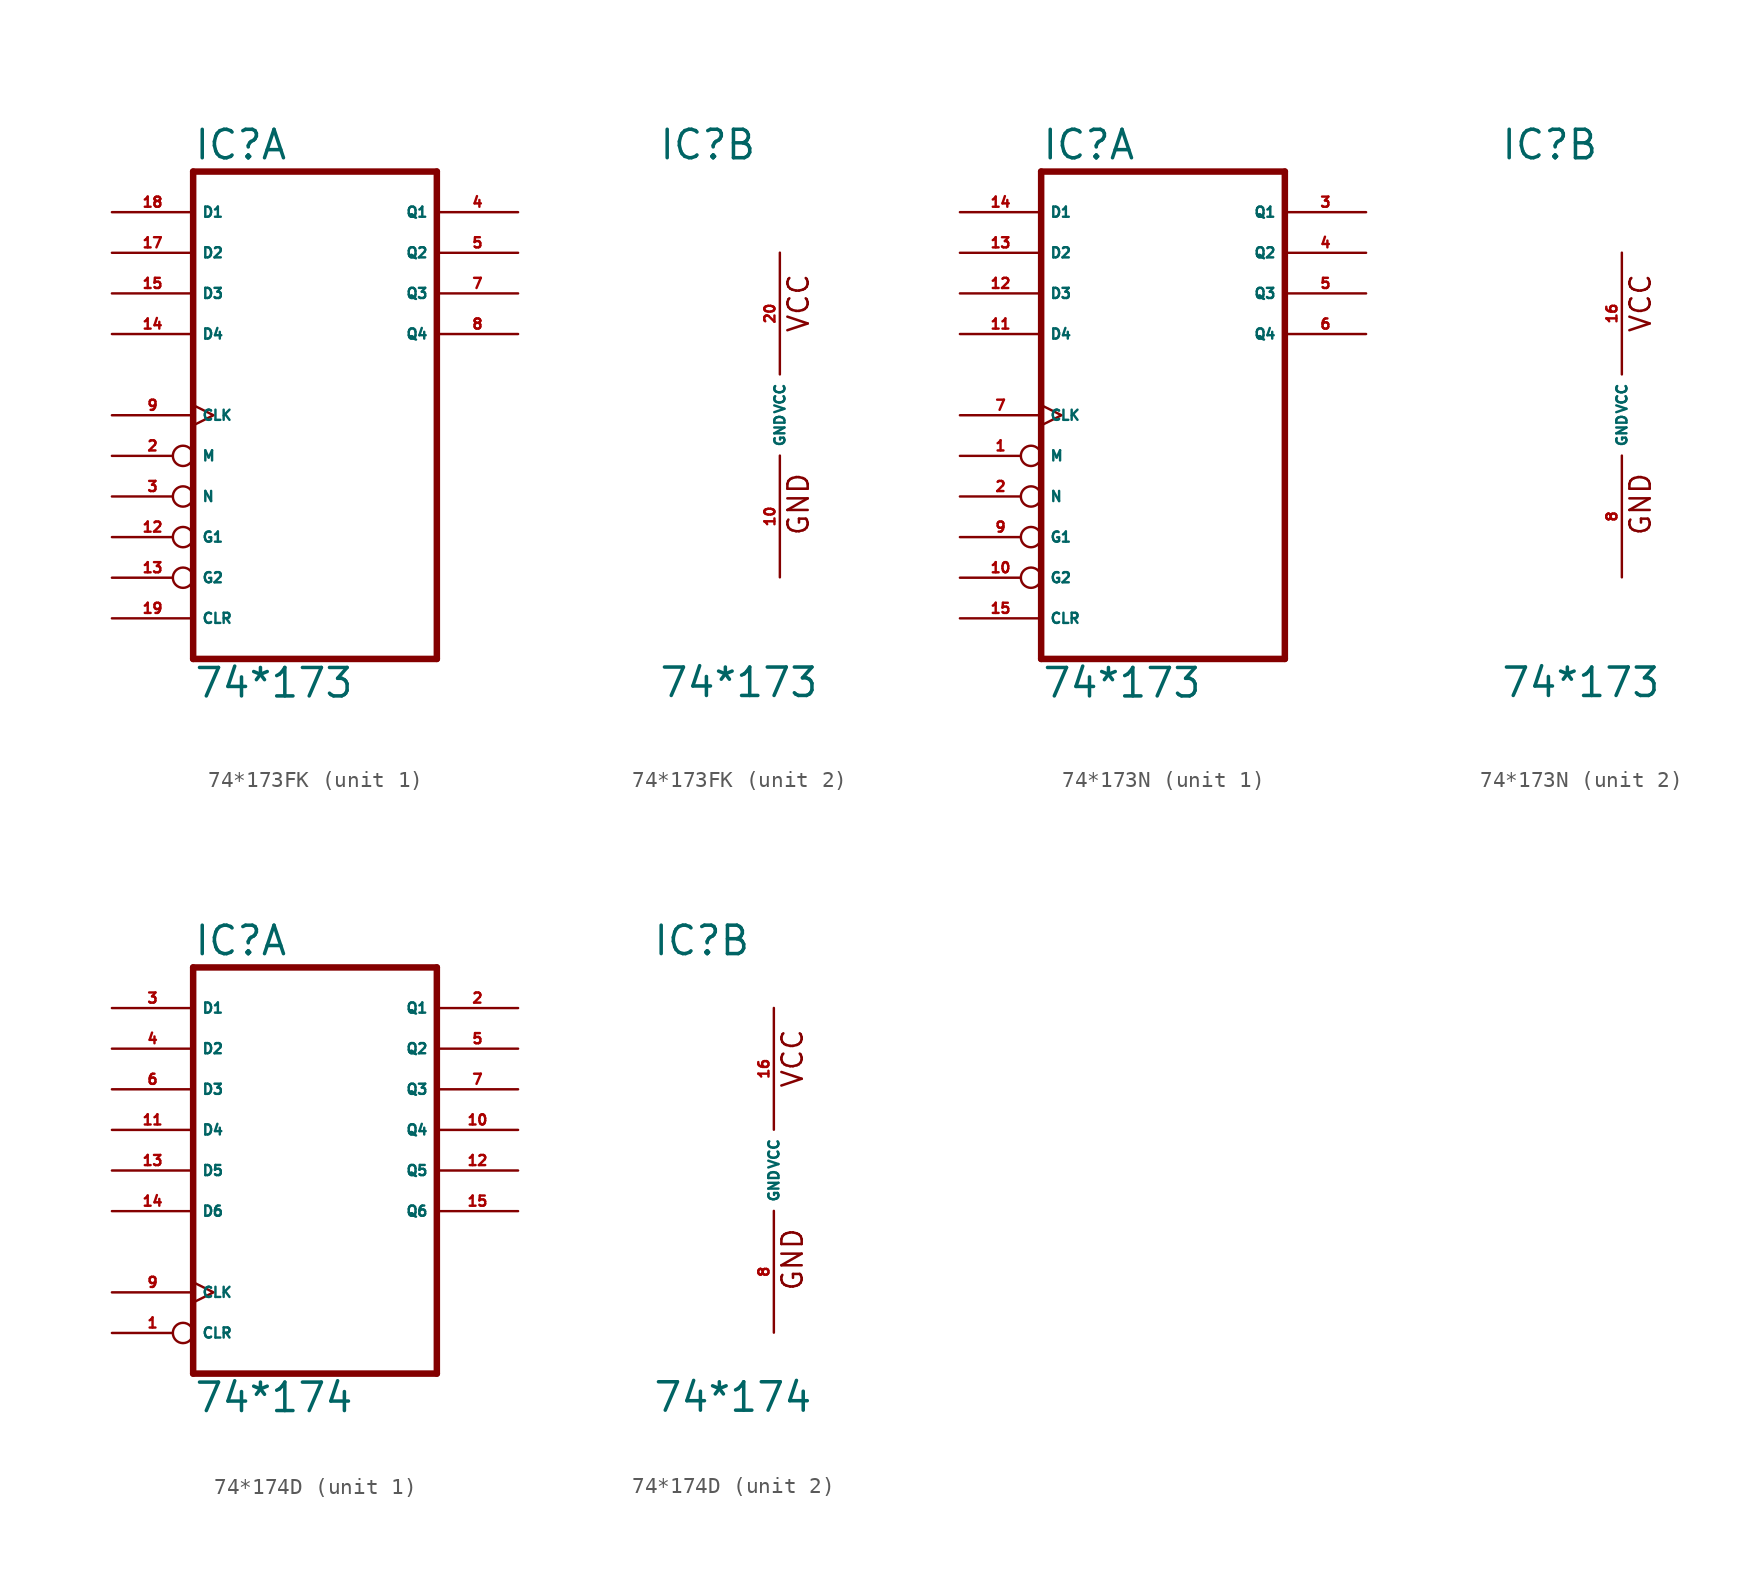
<source format=kicad_sym>
(kicad_symbol_lib
  (version 20220914)
  (generator Eagle2Kicad)
  (symbol "74*173FK"
    (property "Reference" "IC"
      (at -7.62 15.875 0)
      (effects (font (size 1.778 1.778) (thickness 0.22)) (justify left bottom)))
    (property "Value" "74*173"
      (at -7.62 -17.78 0)
      (effects (font (size 1.778 1.778) (thickness 0.22)) (justify left bottom)))
    (symbol "74*173FK_1_0"
      (polyline (pts (xy -7.62 -15.24) (xy 7.62 -15.24)) (stroke (width 0.406) (type default)) (fill (type none)))
      (polyline (pts (xy 7.62 -15.24) (xy 7.62 15.24)) (stroke (width 0.406) (type default)) (fill (type none)))
      (polyline (pts (xy 7.62 15.24) (xy -7.62 15.24)) (stroke (width 0.406) (type default)) (fill (type none)))
      (polyline (pts (xy -7.62 15.24) (xy -7.62 -15.24)) (stroke (width 0.406) (type default)) (fill (type none)))
      (pin input inverted (at -12.7 -2.54 0) (length 5.08) (name "M" (effects (font (size 0.635 0.635) (thickness 0.08)) (justify left bottom))) (number "2" (effects (font (size 0.635 0.635) (thickness 0.08)) (justify left bottom))))
      (pin input inverted (at -12.7 -5.08 0) (length 5.08) (name "N" (effects (font (size 0.635 0.635) (thickness 0.08)) (justify left bottom))) (number "3" (effects (font (size 0.635 0.635) (thickness 0.08)) (justify left bottom))))
      (pin tri_state line (at 12.7 12.7 180) (length 5.08) (name "Q1" (effects (font (size 0.635 0.635) (thickness 0.08)) (justify left bottom))) (number "4" (effects (font (size 0.635 0.635) (thickness 0.08)) (justify left bottom))))
      (pin tri_state line (at 12.7 10.16 180) (length 5.08) (name "Q2" (effects (font (size 0.635 0.635) (thickness 0.08)) (justify left bottom))) (number "5" (effects (font (size 0.635 0.635) (thickness 0.08)) (justify left bottom))))
      (pin tri_state line (at 12.7 7.62 180) (length 5.08) (name "Q3" (effects (font (size 0.635 0.635) (thickness 0.08)) (justify left bottom))) (number "7" (effects (font (size 0.635 0.635) (thickness 0.08)) (justify left bottom))))
      (pin tri_state line (at 12.7 5.08 180) (length 5.08) (name "Q4" (effects (font (size 0.635 0.635) (thickness 0.08)) (justify left bottom))) (number "8" (effects (font (size 0.635 0.635) (thickness 0.08)) (justify left bottom))))
      (pin input clock (at -12.7 0 0) (length 5.08) (name "CLK" (effects (font (size 0.635 0.635) (thickness 0.08)) (justify left bottom))) (number "9" (effects (font (size 0.635 0.635) (thickness 0.08)) (justify left bottom))))
      (pin input inverted (at -12.7 -7.62 0) (length 5.08) (name "G1" (effects (font (size 0.635 0.635) (thickness 0.08)) (justify left bottom))) (number "12" (effects (font (size 0.635 0.635) (thickness 0.08)) (justify left bottom))))
      (pin input inverted (at -12.7 -10.16 0) (length 5.08) (name "G2" (effects (font (size 0.635 0.635) (thickness 0.08)) (justify left bottom))) (number "13" (effects (font (size 0.635 0.635) (thickness 0.08)) (justify left bottom))))
      (pin input line (at -12.7 5.08 0) (length 5.08) (name "D4" (effects (font (size 0.635 0.635) (thickness 0.08)) (justify left bottom))) (number "14" (effects (font (size 0.635 0.635) (thickness 0.08)) (justify left bottom))))
      (pin input line (at -12.7 7.62 0) (length 5.08) (name "D3" (effects (font (size 0.635 0.635) (thickness 0.08)) (justify left bottom))) (number "15" (effects (font (size 0.635 0.635) (thickness 0.08)) (justify left bottom))))
      (pin input line (at -12.7 10.16 0) (length 5.08) (name "D2" (effects (font (size 0.635 0.635) (thickness 0.08)) (justify left bottom))) (number "17" (effects (font (size 0.635 0.635) (thickness 0.08)) (justify left bottom))))
      (pin input line (at -12.7 12.7 0) (length 5.08) (name "D1" (effects (font (size 0.635 0.635) (thickness 0.08)) (justify left bottom))) (number "18" (effects (font (size 0.635 0.635) (thickness 0.08)) (justify left bottom))))
      (pin input line (at -12.7 -12.7 0) (length 5.08) (name "CLR" (effects (font (size 0.635 0.635) (thickness 0.08)) (justify left bottom))) (number "19" (effects (font (size 0.635 0.635) (thickness 0.08)) (justify left bottom)))))
    (symbol "74*173FK_2_0"
      (text "GND" (at 1.905 -7.62 900) (effects (font (size 1.27 1.27) (thickness 0.16)) (justify left bottom)))
      (text "VCC" (at 1.905 5.08 900) (effects (font (size 1.27 1.27) (thickness 0.16)) (justify left bottom)))
      (pin unspecified line (at 0 -10.16 90) (length 7.62) (name "GND" (effects (font (size 0.635 0.635) (thickness 0.08)) (justify left bottom))) (number "10" (effects (font (size 0.635 0.635) (thickness 0.08)) (justify left bottom))))
      (pin unspecified line (at 0 10.16 270) (length 7.62) (name "VCC" (effects (font (size 0.635 0.635) (thickness 0.08)) (justify left bottom))) (number "20" (effects (font (size 0.635 0.635) (thickness 0.08)) (justify left bottom))))))
  (symbol "74*173N"
    (property "Reference" "IC"
      (at -7.62 15.875 0)
      (effects (font (size 1.778 1.778) (thickness 0.22)) (justify left bottom)))
    (property "Value" "74*173"
      (at -7.62 -17.78 0)
      (effects (font (size 1.778 1.778) (thickness 0.22)) (justify left bottom)))
    (symbol "74*173N_1_0"
      (polyline (pts (xy -7.62 -15.24) (xy 7.62 -15.24)) (stroke (width 0.406) (type default)) (fill (type none)))
      (polyline (pts (xy 7.62 -15.24) (xy 7.62 15.24)) (stroke (width 0.406) (type default)) (fill (type none)))
      (polyline (pts (xy 7.62 15.24) (xy -7.62 15.24)) (stroke (width 0.406) (type default)) (fill (type none)))
      (polyline (pts (xy -7.62 15.24) (xy -7.62 -15.24)) (stroke (width 0.406) (type default)) (fill (type none)))
      (pin input inverted (at -12.7 -2.54 0) (length 5.08) (name "M" (effects (font (size 0.635 0.635) (thickness 0.08)) (justify left bottom))) (number "1" (effects (font (size 0.635 0.635) (thickness 0.08)) (justify left bottom))))
      (pin input inverted (at -12.7 -5.08 0) (length 5.08) (name "N" (effects (font (size 0.635 0.635) (thickness 0.08)) (justify left bottom))) (number "2" (effects (font (size 0.635 0.635) (thickness 0.08)) (justify left bottom))))
      (pin tri_state line (at 12.7 12.7 180) (length 5.08) (name "Q1" (effects (font (size 0.635 0.635) (thickness 0.08)) (justify left bottom))) (number "3" (effects (font (size 0.635 0.635) (thickness 0.08)) (justify left bottom))))
      (pin tri_state line (at 12.7 10.16 180) (length 5.08) (name "Q2" (effects (font (size 0.635 0.635) (thickness 0.08)) (justify left bottom))) (number "4" (effects (font (size 0.635 0.635) (thickness 0.08)) (justify left bottom))))
      (pin tri_state line (at 12.7 7.62 180) (length 5.08) (name "Q3" (effects (font (size 0.635 0.635) (thickness 0.08)) (justify left bottom))) (number "5" (effects (font (size 0.635 0.635) (thickness 0.08)) (justify left bottom))))
      (pin tri_state line (at 12.7 5.08 180) (length 5.08) (name "Q4" (effects (font (size 0.635 0.635) (thickness 0.08)) (justify left bottom))) (number "6" (effects (font (size 0.635 0.635) (thickness 0.08)) (justify left bottom))))
      (pin input clock (at -12.7 0 0) (length 5.08) (name "CLK" (effects (font (size 0.635 0.635) (thickness 0.08)) (justify left bottom))) (number "7" (effects (font (size 0.635 0.635) (thickness 0.08)) (justify left bottom))))
      (pin input inverted (at -12.7 -7.62 0) (length 5.08) (name "G1" (effects (font (size 0.635 0.635) (thickness 0.08)) (justify left bottom))) (number "9" (effects (font (size 0.635 0.635) (thickness 0.08)) (justify left bottom))))
      (pin input inverted (at -12.7 -10.16 0) (length 5.08) (name "G2" (effects (font (size 0.635 0.635) (thickness 0.08)) (justify left bottom))) (number "10" (effects (font (size 0.635 0.635) (thickness 0.08)) (justify left bottom))))
      (pin input line (at -12.7 5.08 0) (length 5.08) (name "D4" (effects (font (size 0.635 0.635) (thickness 0.08)) (justify left bottom))) (number "11" (effects (font (size 0.635 0.635) (thickness 0.08)) (justify left bottom))))
      (pin input line (at -12.7 7.62 0) (length 5.08) (name "D3" (effects (font (size 0.635 0.635) (thickness 0.08)) (justify left bottom))) (number "12" (effects (font (size 0.635 0.635) (thickness 0.08)) (justify left bottom))))
      (pin input line (at -12.7 10.16 0) (length 5.08) (name "D2" (effects (font (size 0.635 0.635) (thickness 0.08)) (justify left bottom))) (number "13" (effects (font (size 0.635 0.635) (thickness 0.08)) (justify left bottom))))
      (pin input line (at -12.7 12.7 0) (length 5.08) (name "D1" (effects (font (size 0.635 0.635) (thickness 0.08)) (justify left bottom))) (number "14" (effects (font (size 0.635 0.635) (thickness 0.08)) (justify left bottom))))
      (pin input line (at -12.7 -12.7 0) (length 5.08) (name "CLR" (effects (font (size 0.635 0.635) (thickness 0.08)) (justify left bottom))) (number "15" (effects (font (size 0.635 0.635) (thickness 0.08)) (justify left bottom)))))
    (symbol "74*173N_2_0"
      (text "GND" (at 1.905 -7.62 900) (effects (font (size 1.27 1.27) (thickness 0.16)) (justify left bottom)))
      (text "VCC" (at 1.905 5.08 900) (effects (font (size 1.27 1.27) (thickness 0.16)) (justify left bottom)))
      (pin unspecified line (at 0 -10.16 90) (length 7.62) (name "GND" (effects (font (size 0.635 0.635) (thickness 0.08)) (justify left bottom))) (number "8" (effects (font (size 0.635 0.635) (thickness 0.08)) (justify left bottom))))
      (pin unspecified line (at 0 10.16 270) (length 7.62) (name "VCC" (effects (font (size 0.635 0.635) (thickness 0.08)) (justify left bottom))) (number "16" (effects (font (size 0.635 0.635) (thickness 0.08)) (justify left bottom))))))
  (symbol "74*174D"
    (property "Reference" "IC"
      (at -7.62 13.335 0)
      (effects (font (size 1.778 1.778) (thickness 0.22)) (justify left bottom)))
    (property "Value" "74*174"
      (at -7.62 -15.24 0)
      (effects (font (size 1.778 1.778) (thickness 0.22)) (justify left bottom)))
    (symbol "74*174D_1_0"
      (polyline (pts (xy -7.62 -12.7) (xy 7.62 -12.7)) (stroke (width 0.406) (type default)) (fill (type none)))
      (polyline (pts (xy 7.62 -12.7) (xy 7.62 12.7)) (stroke (width 0.406) (type default)) (fill (type none)))
      (polyline (pts (xy 7.62 12.7) (xy -7.62 12.7)) (stroke (width 0.406) (type default)) (fill (type none)))
      (polyline (pts (xy -7.62 12.7) (xy -7.62 -12.7)) (stroke (width 0.406) (type default)) (fill (type none)))
      (pin input inverted (at -12.7 -10.16 0) (length 5.08) (name "CLR" (effects (font (size 0.635 0.635) (thickness 0.08)) (justify left bottom))) (number "1" (effects (font (size 0.635 0.635) (thickness 0.08)) (justify left bottom))))
      (pin output line (at 12.7 10.16 180) (length 5.08) (name "Q1" (effects (font (size 0.635 0.635) (thickness 0.08)) (justify left bottom))) (number "2" (effects (font (size 0.635 0.635) (thickness 0.08)) (justify left bottom))))
      (pin input line (at -12.7 10.16 0) (length 5.08) (name "D1" (effects (font (size 0.635 0.635) (thickness 0.08)) (justify left bottom))) (number "3" (effects (font (size 0.635 0.635) (thickness 0.08)) (justify left bottom))))
      (pin input line (at -12.7 7.62 0) (length 5.08) (name "D2" (effects (font (size 0.635 0.635) (thickness 0.08)) (justify left bottom))) (number "4" (effects (font (size 0.635 0.635) (thickness 0.08)) (justify left bottom))))
      (pin output line (at 12.7 7.62 180) (length 5.08) (name "Q2" (effects (font (size 0.635 0.635) (thickness 0.08)) (justify left bottom))) (number "5" (effects (font (size 0.635 0.635) (thickness 0.08)) (justify left bottom))))
      (pin input line (at -12.7 5.08 0) (length 5.08) (name "D3" (effects (font (size 0.635 0.635) (thickness 0.08)) (justify left bottom))) (number "6" (effects (font (size 0.635 0.635) (thickness 0.08)) (justify left bottom))))
      (pin output line (at 12.7 5.08 180) (length 5.08) (name "Q3" (effects (font (size 0.635 0.635) (thickness 0.08)) (justify left bottom))) (number "7" (effects (font (size 0.635 0.635) (thickness 0.08)) (justify left bottom))))
      (pin input clock (at -12.7 -7.62 0) (length 5.08) (name "CLK" (effects (font (size 0.635 0.635) (thickness 0.08)) (justify left bottom))) (number "9" (effects (font (size 0.635 0.635) (thickness 0.08)) (justify left bottom))))
      (pin output line (at 12.7 2.54 180) (length 5.08) (name "Q4" (effects (font (size 0.635 0.635) (thickness 0.08)) (justify left bottom))) (number "10" (effects (font (size 0.635 0.635) (thickness 0.08)) (justify left bottom))))
      (pin input line (at -12.7 2.54 0) (length 5.08) (name "D4" (effects (font (size 0.635 0.635) (thickness 0.08)) (justify left bottom))) (number "11" (effects (font (size 0.635 0.635) (thickness 0.08)) (justify left bottom))))
      (pin output line (at 12.7 0 180) (length 5.08) (name "Q5" (effects (font (size 0.635 0.635) (thickness 0.08)) (justify left bottom))) (number "12" (effects (font (size 0.635 0.635) (thickness 0.08)) (justify left bottom))))
      (pin input line (at -12.7 0 0) (length 5.08) (name "D5" (effects (font (size 0.635 0.635) (thickness 0.08)) (justify left bottom))) (number "13" (effects (font (size 0.635 0.635) (thickness 0.08)) (justify left bottom))))
      (pin input line (at -12.7 -2.54 0) (length 5.08) (name "D6" (effects (font (size 0.635 0.635) (thickness 0.08)) (justify left bottom))) (number "14" (effects (font (size 0.635 0.635) (thickness 0.08)) (justify left bottom))))
      (pin output line (at 12.7 -2.54 180) (length 5.08) (name "Q6" (effects (font (size 0.635 0.635) (thickness 0.08)) (justify left bottom))) (number "15" (effects (font (size 0.635 0.635) (thickness 0.08)) (justify left bottom)))))
    (symbol "74*174D_2_0"
      (text "GND" (at 1.905 -7.62 900) (effects (font (size 1.27 1.27) (thickness 0.16)) (justify left bottom)))
      (text "VCC" (at 1.905 5.08 900) (effects (font (size 1.27 1.27) (thickness 0.16)) (justify left bottom)))
      (pin unspecified line (at 0 -10.16 90) (length 7.62) (name "GND" (effects (font (size 0.635 0.635) (thickness 0.08)) (justify left bottom))) (number "8" (effects (font (size 0.635 0.635) (thickness 0.08)) (justify left bottom))))
      (pin unspecified line (at 0 10.16 270) (length 7.62) (name "VCC" (effects (font (size 0.635 0.635) (thickness 0.08)) (justify left bottom))) (number "16" (effects (font (size 0.635 0.635) (thickness 0.08)) (justify left bottom)))))))
</source>
